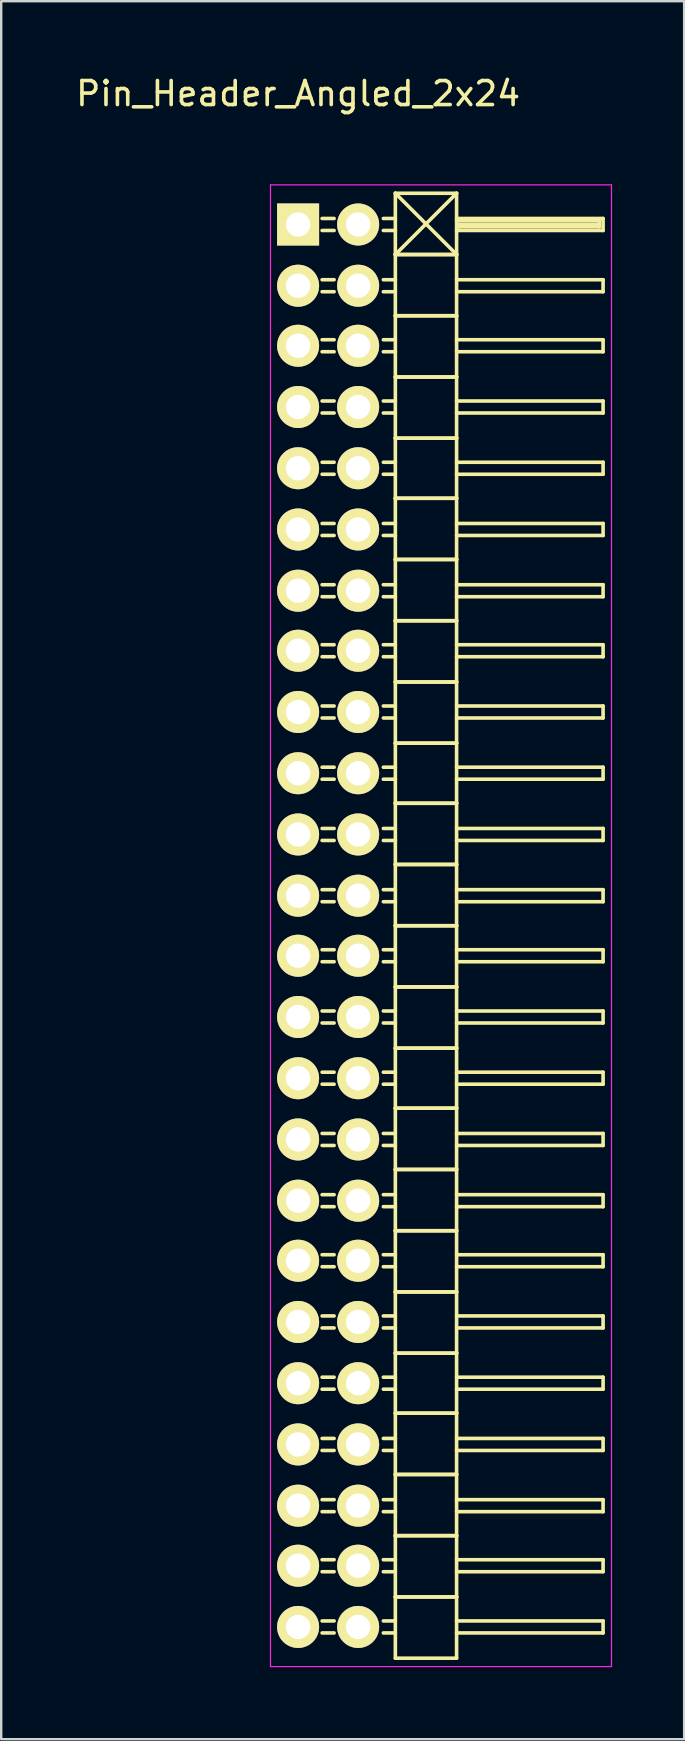
<source format=kicad_pcb>
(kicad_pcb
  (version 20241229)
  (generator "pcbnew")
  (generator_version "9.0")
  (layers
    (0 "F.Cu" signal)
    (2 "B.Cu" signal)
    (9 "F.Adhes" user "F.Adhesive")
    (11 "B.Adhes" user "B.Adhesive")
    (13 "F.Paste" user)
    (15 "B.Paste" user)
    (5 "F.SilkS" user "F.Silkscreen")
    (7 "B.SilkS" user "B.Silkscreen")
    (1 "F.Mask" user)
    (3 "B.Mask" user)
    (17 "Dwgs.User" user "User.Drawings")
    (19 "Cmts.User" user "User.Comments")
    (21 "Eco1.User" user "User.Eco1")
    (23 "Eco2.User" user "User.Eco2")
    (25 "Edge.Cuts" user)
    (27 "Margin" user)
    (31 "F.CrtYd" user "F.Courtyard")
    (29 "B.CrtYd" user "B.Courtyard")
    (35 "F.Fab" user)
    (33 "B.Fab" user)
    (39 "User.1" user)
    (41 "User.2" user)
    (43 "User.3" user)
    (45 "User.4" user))
  (footprint "Pin_Header_Angled_2x24"
    (layer "F.Cu")
    (at 9.363 6.298)
    (property "Reference" "Pin_Header_Angled_2x24" (at 0 -5.45 0) (layer "F.SilkS") (effects (font (size 1 1) (thickness 0.15))))
    (attr through_hole)
    (fp_line (start 1.5 -0.25) (end 1 -0.25) (stroke (width 0.15) (type solid)) (layer "F.SilkS"))
    (fp_line (start 1.5 0.25) (end 1 0.25) (stroke (width 0.15) (type solid)) (layer "F.SilkS"))
    (fp_line (start 1.5 2.3) (end 1 2.3) (stroke (width 0.15) (type solid)) (layer "F.SilkS"))
    (fp_line (start 1.5 2.8) (end 1 2.8) (stroke (width 0.15) (type solid)) (layer "F.SilkS"))
    (fp_line (start 1.5 4.8) (end 1 4.8) (stroke (width 0.15) (type solid)) (layer "F.SilkS"))
    (fp_line (start 1.5 5.3) (end 1 5.3) (stroke (width 0.15) (type solid)) (layer "F.SilkS"))
    (fp_line (start 1.5 7.35) (end 1 7.35) (stroke (width 0.15) (type solid)) (layer "F.SilkS"))
    (fp_line (start 1.5 7.85) (end 1 7.85) (stroke (width 0.15) (type solid)) (layer "F.SilkS"))
    (fp_line (start 1.5 9.9) (end 1 9.9) (stroke (width 0.15) (type solid)) (layer "F.SilkS"))
    (fp_line (start 1.5 10.4) (end 1 10.4) (stroke (width 0.15) (type solid)) (layer "F.SilkS"))
    (fp_line (start 1.5 12.45) (end 1 12.45) (stroke (width 0.15) (type solid)) (layer "F.SilkS"))
    (fp_line (start 1.5 12.95) (end 1 12.95) (stroke (width 0.15) (type solid)) (layer "F.SilkS"))
    (fp_line (start 1.5 15) (end 1 15) (stroke (width 0.15) (type solid)) (layer "F.SilkS"))
    (fp_line (start 1.5 15.5) (end 1 15.5) (stroke (width 0.15) (type solid)) (layer "F.SilkS"))
    (fp_line (start 1.5 17.5) (end 1 17.5) (stroke (width 0.15) (type solid)) (layer "F.SilkS"))
    (fp_line (start 1.5 18) (end 1 18) (stroke (width 0.15) (type solid)) (layer "F.SilkS"))
    (fp_line (start 1.5 20.05) (end 1 20.05) (stroke (width 0.15) (type solid)) (layer "F.SilkS"))
    (fp_line (start 1.5 20.55) (end 1 20.55) (stroke (width 0.15) (type solid)) (layer "F.SilkS"))
    (fp_line (start 1.5 22.6) (end 1 22.6) (stroke (width 0.15) (type solid)) (layer "F.SilkS"))
    (fp_line (start 1.5 23.1) (end 1 23.1) (stroke (width 0.15) (type solid)) (layer "F.SilkS"))
    (fp_line (start 1.5 25.15) (end 1 25.15) (stroke (width 0.15) (type solid)) (layer "F.SilkS"))
    (fp_line (start 1.5 25.65) (end 1 25.65) (stroke (width 0.15) (type solid)) (layer "F.SilkS"))
    (fp_line (start 1.5 27.7) (end 1 27.7) (stroke (width 0.15) (type solid)) (layer "F.SilkS"))
    (fp_line (start 1.5 28.2) (end 1 28.2) (stroke (width 0.15) (type solid)) (layer "F.SilkS"))
    (fp_line (start 1.5 30.2) (end 1 30.2) (stroke (width 0.15) (type solid)) (layer "F.SilkS"))
    (fp_line (start 1.5 30.7) (end 1 30.7) (stroke (width 0.15) (type solid)) (layer "F.SilkS"))
    (fp_line (start 1.5 32.75) (end 1 32.75) (stroke (width 0.15) (type solid)) (layer "F.SilkS"))
    (fp_line (start 1.5 33.25) (end 1 33.25) (stroke (width 0.15) (type solid)) (layer "F.SilkS"))
    (fp_line (start 1.5 35.3) (end 1 35.3) (stroke (width 0.15) (type solid)) (layer "F.SilkS"))
    (fp_line (start 1.5 35.8) (end 1 35.8) (stroke (width 0.15) (type solid)) (layer "F.SilkS"))
    (fp_line (start 1.5 37.85) (end 1 37.85) (stroke (width 0.15) (type solid)) (layer "F.SilkS"))
    (fp_line (start 1.5 38.35) (end 1 38.35) (stroke (width 0.15) (type solid)) (layer "F.SilkS"))
    (fp_line (start 1.5 40.4) (end 1 40.4) (stroke (width 0.15) (type solid)) (layer "F.SilkS"))
    (fp_line (start 1.5 40.9) (end 1 40.9) (stroke (width 0.15) (type solid)) (layer "F.SilkS"))
    (fp_line (start 1.5 42.9) (end 1 42.9) (stroke (width 0.15) (type solid)) (layer "F.SilkS"))
    (fp_line (start 1.5 43.4) (end 1 43.4) (stroke (width 0.15) (type solid)) (layer "F.SilkS"))
    (fp_line (start 1.5 45.45) (end 1 45.45) (stroke (width 0.15) (type solid)) (layer "F.SilkS"))
    (fp_line (start 1.5 45.95) (end 1 45.95) (stroke (width 0.15) (type solid)) (layer "F.SilkS"))
    (fp_line (start 1.5 48) (end 1 48) (stroke (width 0.15) (type solid)) (layer "F.SilkS"))
    (fp_line (start 1.5 48.5) (end 1 48.5) (stroke (width 0.15) (type solid)) (layer "F.SilkS"))
    (fp_line (start 1.5 50.55) (end 1 50.55) (stroke (width 0.15) (type solid)) (layer "F.SilkS"))
    (fp_line (start 1.5 51.05) (end 1 51.05) (stroke (width 0.15) (type solid)) (layer "F.SilkS"))
    (fp_line (start 1.5 53.1) (end 1 53.1) (stroke (width 0.15) (type solid)) (layer "F.SilkS"))
    (fp_line (start 1.5 53.6) (end 1 53.6) (stroke (width 0.15) (type solid)) (layer "F.SilkS"))
    (fp_line (start 1.5 55.6) (end 1 55.6) (stroke (width 0.15) (type solid)) (layer "F.SilkS"))
    (fp_line (start 1.5 56.1) (end 1 56.1) (stroke (width 0.15) (type solid)) (layer "F.SilkS"))
    (fp_line (start 1.5 58.15) (end 1 58.15) (stroke (width 0.15) (type solid)) (layer "F.SilkS"))
    (fp_line (start 1.5 58.65) (end 1 58.65) (stroke (width 0.15) (type solid)) (layer "F.SilkS"))
    (fp_line (start 4.05 -1.3) (end 4.05 1.25) (stroke (width 0.15) (type solid)) (layer "F.SilkS"))
    (fp_line (start 4.05 -1.3) (end 6.6 -1.3) (stroke (width 0.15) (type solid)) (layer "F.SilkS"))
    (fp_line (start 4.05 -1.3) (end 6.6 1.25) (stroke (width 0.15) (type solid)) (layer "F.SilkS"))
    (fp_line (start 4.05 -0.25) (end 3.55 -0.25) (stroke (width 0.15) (type solid)) (layer "F.SilkS"))
    (fp_line (start 4.05 0.25) (end 3.55 0.25) (stroke (width 0.15) (type solid)) (layer "F.SilkS"))
    (fp_line (start 4.05 1.25) (end 4.05 3.8) (stroke (width 0.15) (type solid)) (layer "F.SilkS"))
    (fp_line (start 4.05 1.25) (end 6.6 1.25) (stroke (width 0.15) (type solid)) (layer "F.SilkS"))
    (fp_line (start 4.05 1.25) (end 6.6 1.25) (stroke (width 0.15) (type solid)) (layer "F.SilkS"))
    (fp_line (start 4.05 2.3) (end 3.55 2.3) (stroke (width 0.15) (type solid)) (layer "F.SilkS"))
    (fp_line (start 4.05 2.8) (end 3.55 2.8) (stroke (width 0.15) (type solid)) (layer "F.SilkS"))
    (fp_line (start 4.05 3.8) (end 4.05 6.35) (stroke (width 0.15) (type solid)) (layer "F.SilkS"))
    (fp_line (start 4.05 3.8) (end 6.6 3.8) (stroke (width 0.15) (type solid)) (layer "F.SilkS"))
    (fp_line (start 4.05 3.8) (end 6.6 3.8) (stroke (width 0.15) (type solid)) (layer "F.SilkS"))
    (fp_line (start 4.05 4.8) (end 3.55 4.8) (stroke (width 0.15) (type solid)) (layer "F.SilkS"))
    (fp_line (start 4.05 5.3) (end 3.55 5.3) (stroke (width 0.15) (type solid)) (layer "F.SilkS"))
    (fp_line (start 4.05 6.35) (end 4.05 8.9) (stroke (width 0.15) (type solid)) (layer "F.SilkS"))
    (fp_line (start 4.05 6.35) (end 6.6 6.35) (stroke (width 0.15) (type solid)) (layer "F.SilkS"))
    (fp_line (start 4.05 6.35) (end 6.6 6.35) (stroke (width 0.15) (type solid)) (layer "F.SilkS"))
    (fp_line (start 4.05 7.35) (end 3.55 7.35) (stroke (width 0.15) (type solid)) (layer "F.SilkS"))
    (fp_line (start 4.05 7.85) (end 3.55 7.85) (stroke (width 0.15) (type solid)) (layer "F.SilkS"))
    (fp_line (start 4.05 8.9) (end 4.05 11.4) (stroke (width 0.15) (type solid)) (layer "F.SilkS"))
    (fp_line (start 4.05 8.9) (end 6.6 8.9) (stroke (width 0.15) (type solid)) (layer "F.SilkS"))
    (fp_line (start 4.05 8.9) (end 6.6 8.9) (stroke (width 0.15) (type solid)) (layer "F.SilkS"))
    (fp_line (start 4.05 9.9) (end 3.55 9.9) (stroke (width 0.15) (type solid)) (layer "F.SilkS"))
    (fp_line (start 4.05 10.4) (end 3.55 10.4) (stroke (width 0.15) (type solid)) (layer "F.SilkS"))
    (fp_line (start 4.05 11.4) (end 4.05 13.95) (stroke (width 0.15) (type solid)) (layer "F.SilkS"))
    (fp_line (start 4.05 11.4) (end 6.6 11.4) (stroke (width 0.15) (type solid)) (layer "F.SilkS"))
    (fp_line (start 4.05 11.4) (end 6.6 11.4) (stroke (width 0.15) (type solid)) (layer "F.SilkS"))
    (fp_line (start 4.05 12.45) (end 3.55 12.45) (stroke (width 0.15) (type solid)) (layer "F.SilkS"))
    (fp_line (start 4.05 12.95) (end 3.55 12.95) (stroke (width 0.15) (type solid)) (layer "F.SilkS"))
    (fp_line (start 4.05 13.95) (end 4.05 16.5) (stroke (width 0.15) (type solid)) (layer "F.SilkS"))
    (fp_line (start 4.05 13.95) (end 6.6 13.95) (stroke (width 0.15) (type solid)) (layer "F.SilkS"))
    (fp_line (start 4.05 13.95) (end 6.6 13.95) (stroke (width 0.15) (type solid)) (layer "F.SilkS"))
    (fp_line (start 4.05 15) (end 3.55 15) (stroke (width 0.15) (type solid)) (layer "F.SilkS"))
    (fp_line (start 4.05 15.5) (end 3.55 15.5) (stroke (width 0.15) (type solid)) (layer "F.SilkS"))
    (fp_line (start 4.05 16.5) (end 4.05 19.05) (stroke (width 0.15) (type solid)) (layer "F.SilkS"))
    (fp_line (start 4.05 16.5) (end 6.6 16.5) (stroke (width 0.15) (type solid)) (layer "F.SilkS"))
    (fp_line (start 4.05 16.5) (end 6.6 16.5) (stroke (width 0.15) (type solid)) (layer "F.SilkS"))
    (fp_line (start 4.05 17.5) (end 3.55 17.5) (stroke (width 0.15) (type solid)) (layer "F.SilkS"))
    (fp_line (start 4.05 18) (end 3.55 18) (stroke (width 0.15) (type solid)) (layer "F.SilkS"))
    (fp_line (start 4.05 19.05) (end 4.05 21.6) (stroke (width 0.15) (type solid)) (layer "F.SilkS"))
    (fp_line (start 4.05 19.05) (end 6.6 19.05) (stroke (width 0.15) (type solid)) (layer "F.SilkS"))
    (fp_line (start 4.05 19.05) (end 6.6 19.05) (stroke (width 0.15) (type solid)) (layer "F.SilkS"))
    (fp_line (start 4.05 20.05) (end 3.55 20.05) (stroke (width 0.15) (type solid)) (layer "F.SilkS"))
    (fp_line (start 4.05 20.55) (end 3.55 20.55) (stroke (width 0.15) (type solid)) (layer "F.SilkS"))
    (fp_line (start 4.05 21.6) (end 4.05 24.1) (stroke (width 0.15) (type solid)) (layer "F.SilkS"))
    (fp_line (start 4.05 21.6) (end 6.6 21.6) (stroke (width 0.15) (type solid)) (layer "F.SilkS"))
    (fp_line (start 4.05 21.6) (end 6.6 21.6) (stroke (width 0.15) (type solid)) (layer "F.SilkS"))
    (fp_line (start 4.05 22.6) (end 3.55 22.6) (stroke (width 0.15) (type solid)) (layer "F.SilkS"))
    (fp_line (start 4.05 23.1) (end 3.55 23.1) (stroke (width 0.15) (type solid)) (layer "F.SilkS"))
    (fp_line (start 4.05 24.1) (end 4.05 26.65) (stroke (width 0.15) (type solid)) (layer "F.SilkS"))
    (fp_line (start 4.05 24.1) (end 6.6 24.1) (stroke (width 0.15) (type solid)) (layer "F.SilkS"))
    (fp_line (start 4.05 24.1) (end 6.6 24.1) (stroke (width 0.15) (type solid)) (layer "F.SilkS"))
    (fp_line (start 4.05 25.15) (end 3.55 25.15) (stroke (width 0.15) (type solid)) (layer "F.SilkS"))
    (fp_line (start 4.05 25.65) (end 3.55 25.65) (stroke (width 0.15) (type solid)) (layer "F.SilkS"))
    (fp_line (start 4.05 26.65) (end 4.05 29.2) (stroke (width 0.15) (type solid)) (layer "F.SilkS"))
    (fp_line (start 4.05 26.65) (end 6.6 26.65) (stroke (width 0.15) (type solid)) (layer "F.SilkS"))
    (fp_line (start 4.05 26.65) (end 6.6 26.65) (stroke (width 0.15) (type solid)) (layer "F.SilkS"))
    (fp_line (start 4.05 27.7) (end 3.55 27.7) (stroke (width 0.15) (type solid)) (layer "F.SilkS"))
    (fp_line (start 4.05 28.2) (end 3.55 28.2) (stroke (width 0.15) (type solid)) (layer "F.SilkS"))
    (fp_line (start 4.05 29.2) (end 4.05 31.75) (stroke (width 0.15) (type solid)) (layer "F.SilkS"))
    (fp_line (start 4.05 29.2) (end 6.6 29.2) (stroke (width 0.15) (type solid)) (layer "F.SilkS"))
    (fp_line (start 4.05 29.2) (end 6.6 29.2) (stroke (width 0.15) (type solid)) (layer "F.SilkS"))
    (fp_line (start 4.05 30.2) (end 3.55 30.2) (stroke (width 0.15) (type solid)) (layer "F.SilkS"))
    (fp_line (start 4.05 30.7) (end 3.55 30.7) (stroke (width 0.15) (type solid)) (layer "F.SilkS"))
    (fp_line (start 4.05 31.75) (end 4.05 34.3) (stroke (width 0.15) (type solid)) (layer "F.SilkS"))
    (fp_line (start 4.05 31.75) (end 6.6 31.75) (stroke (width 0.15) (type solid)) (layer "F.SilkS"))
    (fp_line (start 4.05 31.75) (end 6.6 31.75) (stroke (width 0.15) (type solid)) (layer "F.SilkS"))
    (fp_line (start 4.05 32.75) (end 3.55 32.75) (stroke (width 0.15) (type solid)) (layer "F.SilkS"))
    (fp_line (start 4.05 33.25) (end 3.55 33.25) (stroke (width 0.15) (type solid)) (layer "F.SilkS"))
    (fp_line (start 4.05 34.3) (end 4.05 36.8) (stroke (width 0.15) (type solid)) (layer "F.SilkS"))
    (fp_line (start 4.05 34.3) (end 6.6 34.3) (stroke (width 0.15) (type solid)) (layer "F.SilkS"))
    (fp_line (start 4.05 34.3) (end 6.6 34.3) (stroke (width 0.15) (type solid)) (layer "F.SilkS"))
    (fp_line (start 4.05 35.3) (end 3.55 35.3) (stroke (width 0.15) (type solid)) (layer "F.SilkS"))
    (fp_line (start 4.05 35.8) (end 3.55 35.8) (stroke (width 0.15) (type solid)) (layer "F.SilkS"))
    (fp_line (start 4.05 36.8) (end 4.05 39.35) (stroke (width 0.15) (type solid)) (layer "F.SilkS"))
    (fp_line (start 4.05 36.8) (end 6.6 36.8) (stroke (width 0.15) (type solid)) (layer "F.SilkS"))
    (fp_line (start 4.05 36.8) (end 6.6 36.8) (stroke (width 0.15) (type solid)) (layer "F.SilkS"))
    (fp_line (start 4.05 37.85) (end 3.55 37.85) (stroke (width 0.15) (type solid)) (layer "F.SilkS"))
    (fp_line (start 4.05 38.35) (end 3.55 38.35) (stroke (width 0.15) (type solid)) (layer "F.SilkS"))
    (fp_line (start 4.05 39.35) (end 4.05 41.9) (stroke (width 0.15) (type solid)) (layer "F.SilkS"))
    (fp_line (start 4.05 39.35) (end 6.6 39.35) (stroke (width 0.15) (type solid)) (layer "F.SilkS"))
    (fp_line (start 4.05 39.35) (end 6.6 39.35) (stroke (width 0.15) (type solid)) (layer "F.SilkS"))
    (fp_line (start 4.05 40.4) (end 3.55 40.4) (stroke (width 0.15) (type solid)) (layer "F.SilkS"))
    (fp_line (start 4.05 40.9) (end 3.55 40.9) (stroke (width 0.15) (type solid)) (layer "F.SilkS"))
    (fp_line (start 4.05 41.9) (end 4.05 44.45) (stroke (width 0.15) (type solid)) (layer "F.SilkS"))
    (fp_line (start 4.05 41.9) (end 6.6 41.9) (stroke (width 0.15) (type solid)) (layer "F.SilkS"))
    (fp_line (start 4.05 41.9) (end 6.6 41.9) (stroke (width 0.15) (type solid)) (layer "F.SilkS"))
    (fp_line (start 4.05 42.9) (end 3.55 42.9) (stroke (width 0.15) (type solid)) (layer "F.SilkS"))
    (fp_line (start 4.05 43.4) (end 3.55 43.4) (stroke (width 0.15) (type solid)) (layer "F.SilkS"))
    (fp_line (start 4.05 44.45) (end 4.05 47) (stroke (width 0.15) (type solid)) (layer "F.SilkS"))
    (fp_line (start 4.05 44.45) (end 6.6 44.45) (stroke (width 0.15) (type solid)) (layer "F.SilkS"))
    (fp_line (start 4.05 44.45) (end 6.6 44.45) (stroke (width 0.15) (type solid)) (layer "F.SilkS"))
    (fp_line (start 4.05 45.45) (end 3.55 45.45) (stroke (width 0.15) (type solid)) (layer "F.SilkS"))
    (fp_line (start 4.05 45.95) (end 3.55 45.95) (stroke (width 0.15) (type solid)) (layer "F.SilkS"))
    (fp_line (start 4.05 47) (end 4.05 49.5) (stroke (width 0.15) (type solid)) (layer "F.SilkS"))
    (fp_line (start 4.05 47) (end 6.6 47) (stroke (width 0.15) (type solid)) (layer "F.SilkS"))
    (fp_line (start 4.05 47) (end 6.6 47) (stroke (width 0.15) (type solid)) (layer "F.SilkS"))
    (fp_line (start 4.05 48) (end 3.55 48) (stroke (width 0.15) (type solid)) (layer "F.SilkS"))
    (fp_line (start 4.05 48.5) (end 3.55 48.5) (stroke (width 0.15) (type solid)) (layer "F.SilkS"))
    (fp_line (start 4.05 49.5) (end 4.05 52.05) (stroke (width 0.15) (type solid)) (layer "F.SilkS"))
    (fp_line (start 4.05 49.5) (end 6.6 49.5) (stroke (width 0.15) (type solid)) (layer "F.SilkS"))
    (fp_line (start 4.05 49.5) (end 6.6 49.5) (stroke (width 0.15) (type solid)) (layer "F.SilkS"))
    (fp_line (start 4.05 50.55) (end 3.55 50.55) (stroke (width 0.15) (type solid)) (layer "F.SilkS"))
    (fp_line (start 4.05 51.05) (end 3.55 51.05) (stroke (width 0.15) (type solid)) (layer "F.SilkS"))
    (fp_line (start 4.05 52.05) (end 4.05 54.6) (stroke (width 0.15) (type solid)) (layer "F.SilkS"))
    (fp_line (start 4.05 52.05) (end 6.6 52.05) (stroke (width 0.15) (type solid)) (layer "F.SilkS"))
    (fp_line (start 4.05 52.05) (end 6.6 52.05) (stroke (width 0.15) (type solid)) (layer "F.SilkS"))
    (fp_line (start 4.05 53.1) (end 3.55 53.1) (stroke (width 0.15) (type solid)) (layer "F.SilkS"))
    (fp_line (start 4.05 53.6) (end 3.55 53.6) (stroke (width 0.15) (type solid)) (layer "F.SilkS"))
    (fp_line (start 4.05 54.6) (end 4.05 57.15) (stroke (width 0.15) (type solid)) (layer "F.SilkS"))
    (fp_line (start 4.05 54.6) (end 6.6 54.6) (stroke (width 0.15) (type solid)) (layer "F.SilkS"))
    (fp_line (start 4.05 54.6) (end 6.6 54.6) (stroke (width 0.15) (type solid)) (layer "F.SilkS"))
    (fp_line (start 4.05 55.6) (end 3.55 55.6) (stroke (width 0.15) (type solid)) (layer "F.SilkS"))
    (fp_line (start 4.05 56.1) (end 3.55 56.1) (stroke (width 0.15) (type solid)) (layer "F.SilkS"))
    (fp_line (start 4.05 57.15) (end 4.05 59.7) (stroke (width 0.15) (type solid)) (layer "F.SilkS"))
    (fp_line (start 4.05 57.15) (end 6.6 57.15) (stroke (width 0.15) (type solid)) (layer "F.SilkS"))
    (fp_line (start 4.05 57.15) (end 6.6 57.15) (stroke (width 0.15) (type solid)) (layer "F.SilkS"))
    (fp_line (start 4.05 58.15) (end 3.55 58.15) (stroke (width 0.15) (type solid)) (layer "F.SilkS"))
    (fp_line (start 4.05 58.65) (end 3.55 58.65) (stroke (width 0.15) (type solid)) (layer "F.SilkS"))
    (fp_line (start 4.05 59.7) (end 6.6 59.7) (stroke (width 0.15) (type solid)) (layer "F.SilkS"))
    (fp_line (start 6.6 -1.3) (end 4.05 1.25) (stroke (width 0.15) (type solid)) (layer "F.SilkS"))
    (fp_line (start 6.6 -0.25) (end 12.7 -0.25) (stroke (width 0.15) (type solid)) (layer "F.SilkS"))
    (fp_line (start 6.6 -0.15) (end 12.55 -0.15) (stroke (width 0.15) (type solid)) (layer "F.SilkS"))
    (fp_line (start 6.6 1.25) (end 6.6 -1.3) (stroke (width 0.15) (type solid)) (layer "F.SilkS"))
    (fp_line (start 6.6 2.3) (end 12.7 2.3) (stroke (width 0.15) (type solid)) (layer "F.SilkS"))
    (fp_line (start 6.6 3.8) (end 6.6 1.25) (stroke (width 0.15) (type solid)) (layer "F.SilkS"))
    (fp_line (start 6.6 4.8) (end 12.7 4.8) (stroke (width 0.15) (type solid)) (layer "F.SilkS"))
    (fp_line (start 6.6 6.35) (end 6.6 3.8) (stroke (width 0.15) (type solid)) (layer "F.SilkS"))
    (fp_line (start 6.6 7.35) (end 12.7 7.35) (stroke (width 0.15) (type solid)) (layer "F.SilkS"))
    (fp_line (start 6.6 8.9) (end 6.6 6.35) (stroke (width 0.15) (type solid)) (layer "F.SilkS"))
    (fp_line (start 6.6 9.9) (end 12.7 9.9) (stroke (width 0.15) (type solid)) (layer "F.SilkS"))
    (fp_line (start 6.6 11.4) (end 6.6 8.9) (stroke (width 0.15) (type solid)) (layer "F.SilkS"))
    (fp_line (start 6.6 12.45) (end 12.7 12.45) (stroke (width 0.15) (type solid)) (layer "F.SilkS"))
    (fp_line (start 6.6 13.95) (end 6.6 11.4) (stroke (width 0.15) (type solid)) (layer "F.SilkS"))
    (fp_line (start 6.6 15) (end 12.7 15) (stroke (width 0.15) (type solid)) (layer "F.SilkS"))
    (fp_line (start 6.6 16.5) (end 6.6 13.95) (stroke (width 0.15) (type solid)) (layer "F.SilkS"))
    (fp_line (start 6.6 17.5) (end 12.7 17.5) (stroke (width 0.15) (type solid)) (layer "F.SilkS"))
    (fp_line (start 6.6 19.05) (end 6.6 16.5) (stroke (width 0.15) (type solid)) (layer "F.SilkS"))
    (fp_line (start 6.6 20.05) (end 12.7 20.05) (stroke (width 0.15) (type solid)) (layer "F.SilkS"))
    (fp_line (start 6.6 21.6) (end 6.6 19.05) (stroke (width 0.15) (type solid)) (layer "F.SilkS"))
    (fp_line (start 6.6 22.6) (end 12.7 22.6) (stroke (width 0.15) (type solid)) (layer "F.SilkS"))
    (fp_line (start 6.6 24.1) (end 6.6 21.6) (stroke (width 0.15) (type solid)) (layer "F.SilkS"))
    (fp_line (start 6.6 25.15) (end 12.7 25.15) (stroke (width 0.15) (type solid)) (layer "F.SilkS"))
    (fp_line (start 6.6 26.65) (end 6.6 24.1) (stroke (width 0.15) (type solid)) (layer "F.SilkS"))
    (fp_line (start 6.6 27.7) (end 12.7 27.7) (stroke (width 0.15) (type solid)) (layer "F.SilkS"))
    (fp_line (start 6.6 29.2) (end 6.6 26.65) (stroke (width 0.15) (type solid)) (layer "F.SilkS"))
    (fp_line (start 6.6 30.2) (end 12.7 30.2) (stroke (width 0.15) (type solid)) (layer "F.SilkS"))
    (fp_line (start 6.6 31.75) (end 6.6 29.2) (stroke (width 0.15) (type solid)) (layer "F.SilkS"))
    (fp_line (start 6.6 32.75) (end 12.7 32.75) (stroke (width 0.15) (type solid)) (layer "F.SilkS"))
    (fp_line (start 6.6 34.3) (end 6.6 31.75) (stroke (width 0.15) (type solid)) (layer "F.SilkS"))
    (fp_line (start 6.6 35.3) (end 12.7 35.3) (stroke (width 0.15) (type solid)) (layer "F.SilkS"))
    (fp_line (start 6.6 36.8) (end 6.6 34.3) (stroke (width 0.15) (type solid)) (layer "F.SilkS"))
    (fp_line (start 6.6 37.85) (end 12.7 37.85) (stroke (width 0.15) (type solid)) (layer "F.SilkS"))
    (fp_line (start 6.6 39.35) (end 6.6 36.8) (stroke (width 0.15) (type solid)) (layer "F.SilkS"))
    (fp_line (start 6.6 40.4) (end 12.7 40.4) (stroke (width 0.15) (type solid)) (layer "F.SilkS"))
    (fp_line (start 6.6 41.9) (end 6.6 39.35) (stroke (width 0.15) (type solid)) (layer "F.SilkS"))
    (fp_line (start 6.6 42.9) (end 12.7 42.9) (stroke (width 0.15) (type solid)) (layer "F.SilkS"))
    (fp_line (start 6.6 44.45) (end 6.6 41.9) (stroke (width 0.15) (type solid)) (layer "F.SilkS"))
    (fp_line (start 6.6 45.45) (end 12.7 45.45) (stroke (width 0.15) (type solid)) (layer "F.SilkS"))
    (fp_line (start 6.6 47) (end 6.6 44.45) (stroke (width 0.15) (type solid)) (layer "F.SilkS"))
    (fp_line (start 6.6 48) (end 12.7 48) (stroke (width 0.15) (type solid)) (layer "F.SilkS"))
    (fp_line (start 6.6 49.5) (end 6.6 47) (stroke (width 0.15) (type solid)) (layer "F.SilkS"))
    (fp_line (start 6.6 50.55) (end 12.7 50.55) (stroke (width 0.15) (type solid)) (layer "F.SilkS"))
    (fp_line (start 6.6 52.05) (end 6.6 49.5) (stroke (width 0.15) (type solid)) (layer "F.SilkS"))
    (fp_line (start 6.6 53.1) (end 12.7 53.1) (stroke (width 0.15) (type solid)) (layer "F.SilkS"))
    (fp_line (start 6.6 54.6) (end 6.6 52.05) (stroke (width 0.15) (type solid)) (layer "F.SilkS"))
    (fp_line (start 6.6 55.6) (end 12.7 55.6) (stroke (width 0.15) (type solid)) (layer "F.SilkS"))
    (fp_line (start 6.6 57.15) (end 6.6 54.6) (stroke (width 0.15) (type solid)) (layer "F.SilkS"))
    (fp_line (start 6.6 58.15) (end 12.7 58.15) (stroke (width 0.15) (type solid)) (layer "F.SilkS"))
    (fp_line (start 6.6 59.7) (end 6.6 57.15) (stroke (width 0.15) (type solid)) (layer "F.SilkS"))
    (fp_line (start 6.7 0) (end 12.55 0) (stroke (width 0.15) (type solid)) (layer "F.SilkS"))
    (fp_line (start 6.7 0.1) (end 6.7 0) (stroke (width 0.15) (type solid)) (layer "F.SilkS"))
    (fp_line (start 12.55 -0.15) (end 12.55 0.1) (stroke (width 0.15) (type solid)) (layer "F.SilkS"))
    (fp_line (start 12.55 0.1) (end 6.7 0.1) (stroke (width 0.15) (type solid)) (layer "F.SilkS"))
    (fp_line (start 12.7 -0.25) (end 12.7 0.25) (stroke (width 0.15) (type solid)) (layer "F.SilkS"))
    (fp_line (start 12.7 0.25) (end 6.6 0.25) (stroke (width 0.15) (type solid)) (layer "F.SilkS"))
    (fp_line (start 12.7 2.3) (end 12.7 2.8) (stroke (width 0.15) (type solid)) (layer "F.SilkS"))
    (fp_line (start 12.7 2.8) (end 6.6 2.8) (stroke (width 0.15) (type solid)) (layer "F.SilkS"))
    (fp_line (start 12.7 4.8) (end 12.7 5.3) (stroke (width 0.15) (type solid)) (layer "F.SilkS"))
    (fp_line (start 12.7 5.3) (end 6.6 5.3) (stroke (width 0.15) (type solid)) (layer "F.SilkS"))
    (fp_line (start 12.7 7.35) (end 12.7 7.85) (stroke (width 0.15) (type solid)) (layer "F.SilkS"))
    (fp_line (start 12.7 7.85) (end 6.6 7.85) (stroke (width 0.15) (type solid)) (layer "F.SilkS"))
    (fp_line (start 12.7 9.9) (end 12.7 10.4) (stroke (width 0.15) (type solid)) (layer "F.SilkS"))
    (fp_line (start 12.7 10.4) (end 6.6 10.4) (stroke (width 0.15) (type solid)) (layer "F.SilkS"))
    (fp_line (start 12.7 12.45) (end 12.7 12.95) (stroke (width 0.15) (type solid)) (layer "F.SilkS"))
    (fp_line (start 12.7 12.95) (end 6.6 12.95) (stroke (width 0.15) (type solid)) (layer "F.SilkS"))
    (fp_line (start 12.7 15) (end 12.7 15.5) (stroke (width 0.15) (type solid)) (layer "F.SilkS"))
    (fp_line (start 12.7 15.5) (end 6.6 15.5) (stroke (width 0.15) (type solid)) (layer "F.SilkS"))
    (fp_line (start 12.7 17.5) (end 12.7 18) (stroke (width 0.15) (type solid)) (layer "F.SilkS"))
    (fp_line (start 12.7 18) (end 6.6 18) (stroke (width 0.15) (type solid)) (layer "F.SilkS"))
    (fp_line (start 12.7 20.05) (end 12.7 20.55) (stroke (width 0.15) (type solid)) (layer "F.SilkS"))
    (fp_line (start 12.7 20.55) (end 6.6 20.55) (stroke (width 0.15) (type solid)) (layer "F.SilkS"))
    (fp_line (start 12.7 22.6) (end 12.7 23.1) (stroke (width 0.15) (type solid)) (layer "F.SilkS"))
    (fp_line (start 12.7 23.1) (end 6.6 23.1) (stroke (width 0.15) (type solid)) (layer "F.SilkS"))
    (fp_line (start 12.7 25.15) (end 12.7 25.65) (stroke (width 0.15) (type solid)) (layer "F.SilkS"))
    (fp_line (start 12.7 25.65) (end 6.6 25.65) (stroke (width 0.15) (type solid)) (layer "F.SilkS"))
    (fp_line (start 12.7 27.7) (end 12.7 28.2) (stroke (width 0.15) (type solid)) (layer "F.SilkS"))
    (fp_line (start 12.7 28.2) (end 6.6 28.2) (stroke (width 0.15) (type solid)) (layer "F.SilkS"))
    (fp_line (start 12.7 30.2) (end 12.7 30.7) (stroke (width 0.15) (type solid)) (layer "F.SilkS"))
    (fp_line (start 12.7 30.7) (end 6.6 30.7) (stroke (width 0.15) (type solid)) (layer "F.SilkS"))
    (fp_line (start 12.7 32.75) (end 12.7 33.25) (stroke (width 0.15) (type solid)) (layer "F.SilkS"))
    (fp_line (start 12.7 33.25) (end 6.6 33.25) (stroke (width 0.15) (type solid)) (layer "F.SilkS"))
    (fp_line (start 12.7 35.3) (end 12.7 35.8) (stroke (width 0.15) (type solid)) (layer "F.SilkS"))
    (fp_line (start 12.7 35.8) (end 6.6 35.8) (stroke (width 0.15) (type solid)) (layer "F.SilkS"))
    (fp_line (start 12.7 37.85) (end 12.7 38.35) (stroke (width 0.15) (type solid)) (layer "F.SilkS"))
    (fp_line (start 12.7 38.35) (end 6.6 38.35) (stroke (width 0.15) (type solid)) (layer "F.SilkS"))
    (fp_line (start 12.7 40.4) (end 12.7 40.9) (stroke (width 0.15) (type solid)) (layer "F.SilkS"))
    (fp_line (start 12.7 40.9) (end 6.6 40.9) (stroke (width 0.15) (type solid)) (layer "F.SilkS"))
    (fp_line (start 12.7 42.9) (end 12.7 43.4) (stroke (width 0.15) (type solid)) (layer "F.SilkS"))
    (fp_line (start 12.7 43.4) (end 6.6 43.4) (stroke (width 0.15) (type solid)) (layer "F.SilkS"))
    (fp_line (start 12.7 45.45) (end 12.7 45.95) (stroke (width 0.15) (type solid)) (layer "F.SilkS"))
    (fp_line (start 12.7 45.95) (end 6.6 45.95) (stroke (width 0.15) (type solid)) (layer "F.SilkS"))
    (fp_line (start 12.7 48) (end 12.7 48.5) (stroke (width 0.15) (type solid)) (layer "F.SilkS"))
    (fp_line (start 12.7 48.5) (end 6.6 48.5) (stroke (width 0.15) (type solid)) (layer "F.SilkS"))
    (fp_line (start 12.7 50.55) (end 12.7 51.05) (stroke (width 0.15) (type solid)) (layer "F.SilkS"))
    (fp_line (start 12.7 51.05) (end 6.6 51.05) (stroke (width 0.15) (type solid)) (layer "F.SilkS"))
    (fp_line (start 12.7 53.1) (end 12.7 53.6) (stroke (width 0.15) (type solid)) (layer "F.SilkS"))
    (fp_line (start 12.7 53.6) (end 6.6 53.6) (stroke (width 0.15) (type solid)) (layer "F.SilkS"))
    (fp_line (start 12.7 55.6) (end 12.7 56.1) (stroke (width 0.15) (type solid)) (layer "F.SilkS"))
    (fp_line (start 12.7 56.1) (end 6.6 56.1) (stroke (width 0.15) (type solid)) (layer "F.SilkS"))
    (fp_line (start 12.7 58.15) (end 12.7 58.65) (stroke (width 0.15) (type solid)) (layer "F.SilkS"))
    (fp_line (start 12.7 58.65) (end 6.6 58.65) (stroke (width 0.15) (type solid)) (layer "F.SilkS"))
    (fp_line (start -1.15 -1.65) (end -1.15 60.05) (stroke (width 0.05) (type solid)) (layer "F.CrtYd"))
    (fp_line (start -1.15 -1.65) (end 13.05 -1.65) (stroke (width 0.05) (type solid)) (layer "F.CrtYd"))
    (fp_line (start -1.15 60.05) (end 13.05 60.05) (stroke (width 0.05) (type solid)) (layer "F.CrtYd"))
    (fp_line (start 13.05 -1.65) (end 13.05 60.05) (stroke (width 0.05) (type solid)) (layer "F.CrtYd"))
    (pad "1" thru_hole rect (at 0 0) (size 1.75 1.75) (drill 1.016) (layers "*.Cu" "*.Mask" "F.SilkS"))
    (pad "2" thru_hole oval (at 2.5 0) (size 1.75 1.75) (drill 1.016) (layers "*.Cu" "*.Mask" "F.SilkS"))
    (pad "3" thru_hole oval (at 0 2.55) (size 1.75 1.75) (drill 1.016) (layers "*.Cu" "*.Mask" "F.SilkS"))
    (pad "4" thru_hole oval (at 2.5 2.55) (size 1.75 1.75) (drill 1.016) (layers "*.Cu" "*.Mask" "F.SilkS"))
    (pad "5" thru_hole oval (at 0 5.05) (size 1.75 1.75) (drill 1.016) (layers "*.Cu" "*.Mask" "F.SilkS"))
    (pad "6" thru_hole oval (at 2.5 5.05) (size 1.75 1.75) (drill 1.016) (layers "*.Cu" "*.Mask" "F.SilkS"))
    (pad "7" thru_hole oval (at 0 7.6) (size 1.75 1.75) (drill 1.016) (layers "*.Cu" "*.Mask" "F.SilkS"))
    (pad "8" thru_hole oval (at 2.5 7.6) (size 1.75 1.75) (drill 1.016) (layers "*.Cu" "*.Mask" "F.SilkS"))
    (pad "9" thru_hole oval (at 0 10.15) (size 1.75 1.75) (drill 1.016) (layers "*.Cu" "*.Mask" "F.SilkS"))
    (pad "10" thru_hole oval (at 2.5 10.15) (size 1.75 1.75) (drill 1.016) (layers "*.Cu" "*.Mask" "F.SilkS"))
    (pad "11" thru_hole oval (at 0 12.7) (size 1.75 1.75) (drill 1.016) (layers "*.Cu" "*.Mask" "F.SilkS"))
    (pad "12" thru_hole oval (at 2.5 12.7) (size 1.75 1.75) (drill 1.016) (layers "*.Cu" "*.Mask" "F.SilkS"))
    (pad "13" thru_hole oval (at 0 15.25) (size 1.75 1.75) (drill 1.016) (layers "*.Cu" "*.Mask" "F.SilkS"))
    (pad "14" thru_hole oval (at 2.5 15.25) (size 1.75 1.75) (drill 1.016) (layers "*.Cu" "*.Mask" "F.SilkS"))
    (pad "15" thru_hole oval (at 0 17.75) (size 1.75 1.75) (drill 1.016) (layers "*.Cu" "*.Mask" "F.SilkS"))
    (pad "16" thru_hole oval (at 2.5 17.75) (size 1.75 1.75) (drill 1.016) (layers "*.Cu" "*.Mask" "F.SilkS"))
    (pad "17" thru_hole oval (at 0 20.3) (size 1.75 1.75) (drill 1.016) (layers "*.Cu" "*.Mask" "F.SilkS"))
    (pad "18" thru_hole oval (at 2.5 20.3) (size 1.75 1.75) (drill 1.016) (layers "*.Cu" "*.Mask" "F.SilkS"))
    (pad "19" thru_hole oval (at 0 22.85) (size 1.75 1.75) (drill 1.016) (layers "*.Cu" "*.Mask" "F.SilkS"))
    (pad "20" thru_hole oval (at 2.5 22.85) (size 1.75 1.75) (drill 1.016) (layers "*.Cu" "*.Mask" "F.SilkS"))
    (pad "21" thru_hole oval (at 0 25.4) (size 1.75 1.75) (drill 1.016) (layers "*.Cu" "*.Mask" "F.SilkS"))
    (pad "22" thru_hole oval (at 2.5 25.4) (size 1.75 1.75) (drill 1.016) (layers "*.Cu" "*.Mask" "F.SilkS"))
    (pad "23" thru_hole oval (at 0 27.95) (size 1.75 1.75) (drill 1.016) (layers "*.Cu" "*.Mask" "F.SilkS"))
    (pad "24" thru_hole oval (at 2.5 27.95) (size 1.75 1.75) (drill 1.016) (layers "*.Cu" "*.Mask" "F.SilkS"))
    (pad "25" thru_hole oval (at 0 30.45) (size 1.75 1.75) (drill 1.016) (layers "*.Cu" "*.Mask" "F.SilkS"))
    (pad "26" thru_hole oval (at 2.5 30.45) (size 1.75 1.75) (drill 1.016) (layers "*.Cu" "*.Mask" "F.SilkS"))
    (pad "27" thru_hole oval (at 0 33) (size 1.75 1.75) (drill 1.016) (layers "*.Cu" "*.Mask" "F.SilkS"))
    (pad "28" thru_hole oval (at 2.5 33) (size 1.75 1.75) (drill 1.016) (layers "*.Cu" "*.Mask" "F.SilkS"))
    (pad "29" thru_hole oval (at 0 35.55) (size 1.75 1.75) (drill 1.016) (layers "*.Cu" "*.Mask" "F.SilkS"))
    (pad "30" thru_hole oval (at 2.5 35.55) (size 1.75 1.75) (drill 1.016) (layers "*.Cu" "*.Mask" "F.SilkS"))
    (pad "31" thru_hole oval (at 0 38.1) (size 1.75 1.75) (drill 1.016) (layers "*.Cu" "*.Mask" "F.SilkS"))
    (pad "32" thru_hole oval (at 2.5 38.1) (size 1.75 1.75) (drill 1.016) (layers "*.Cu" "*.Mask" "F.SilkS"))
    (pad "33" thru_hole oval (at 0 40.65) (size 1.75 1.75) (drill 1.016) (layers "*.Cu" "*.Mask" "F.SilkS"))
    (pad "34" thru_hole oval (at 2.5 40.65) (size 1.75 1.75) (drill 1.016) (layers "*.Cu" "*.Mask" "F.SilkS"))
    (pad "35" thru_hole oval (at 0 43.15) (size 1.75 1.75) (drill 1.016) (layers "*.Cu" "*.Mask" "F.SilkS"))
    (pad "36" thru_hole oval (at 2.5 43.15) (size 1.75 1.75) (drill 1.016) (layers "*.Cu" "*.Mask" "F.SilkS"))
    (pad "37" thru_hole oval (at 0 45.7) (size 1.75 1.75) (drill 1.016) (layers "*.Cu" "*.Mask" "F.SilkS"))
    (pad "38" thru_hole oval (at 2.5 45.7) (size 1.75 1.75) (drill 1.016) (layers "*.Cu" "*.Mask" "F.SilkS"))
    (pad "39" thru_hole oval (at 0 48.25) (size 1.75 1.75) (drill 1.016) (layers "*.Cu" "*.Mask" "F.SilkS"))
    (pad "40" thru_hole oval (at 2.5 48.25) (size 1.75 1.75) (drill 1.016) (layers "*.Cu" "*.Mask" "F.SilkS"))
    (pad "41" thru_hole oval (at 0 50.8) (size 1.75 1.75) (drill 1.016) (layers "*.Cu" "*.Mask" "F.SilkS"))
    (pad "42" thru_hole oval (at 2.5 50.8) (size 1.75 1.75) (drill 1.016) (layers "*.Cu" "*.Mask" "F.SilkS"))
    (pad "43" thru_hole oval (at 0 53.35) (size 1.75 1.75) (drill 1.016) (layers "*.Cu" "*.Mask" "F.SilkS"))
    (pad "44" thru_hole oval (at 2.5 53.35) (size 1.75 1.75) (drill 1.016) (layers "*.Cu" "*.Mask" "F.SilkS"))
    (pad "45" thru_hole oval (at 0 55.85) (size 1.75 1.75) (drill 1.016) (layers "*.Cu" "*.Mask" "F.SilkS"))
    (pad "46" thru_hole oval (at 2.5 55.85) (size 1.75 1.75) (drill 1.016) (layers "*.Cu" "*.Mask" "F.SilkS"))
    (pad "47" thru_hole oval (at 0 58.4) (size 1.75 1.75) (drill 1.016) (layers "*.Cu" "*.Mask" "F.SilkS"))
    (pad "48" thru_hole oval (at 2.5 58.4) (size 1.75 1.75) (drill 1.016) (layers "*.Cu" "*.Mask" "F.SilkS")))
  (gr_rect
    (start -3 -3)
    (end 25.438 69.373)
    (stroke (width 0.1) (type default))
    (fill no)
    (layer "Edge.Cuts")))
</source>
